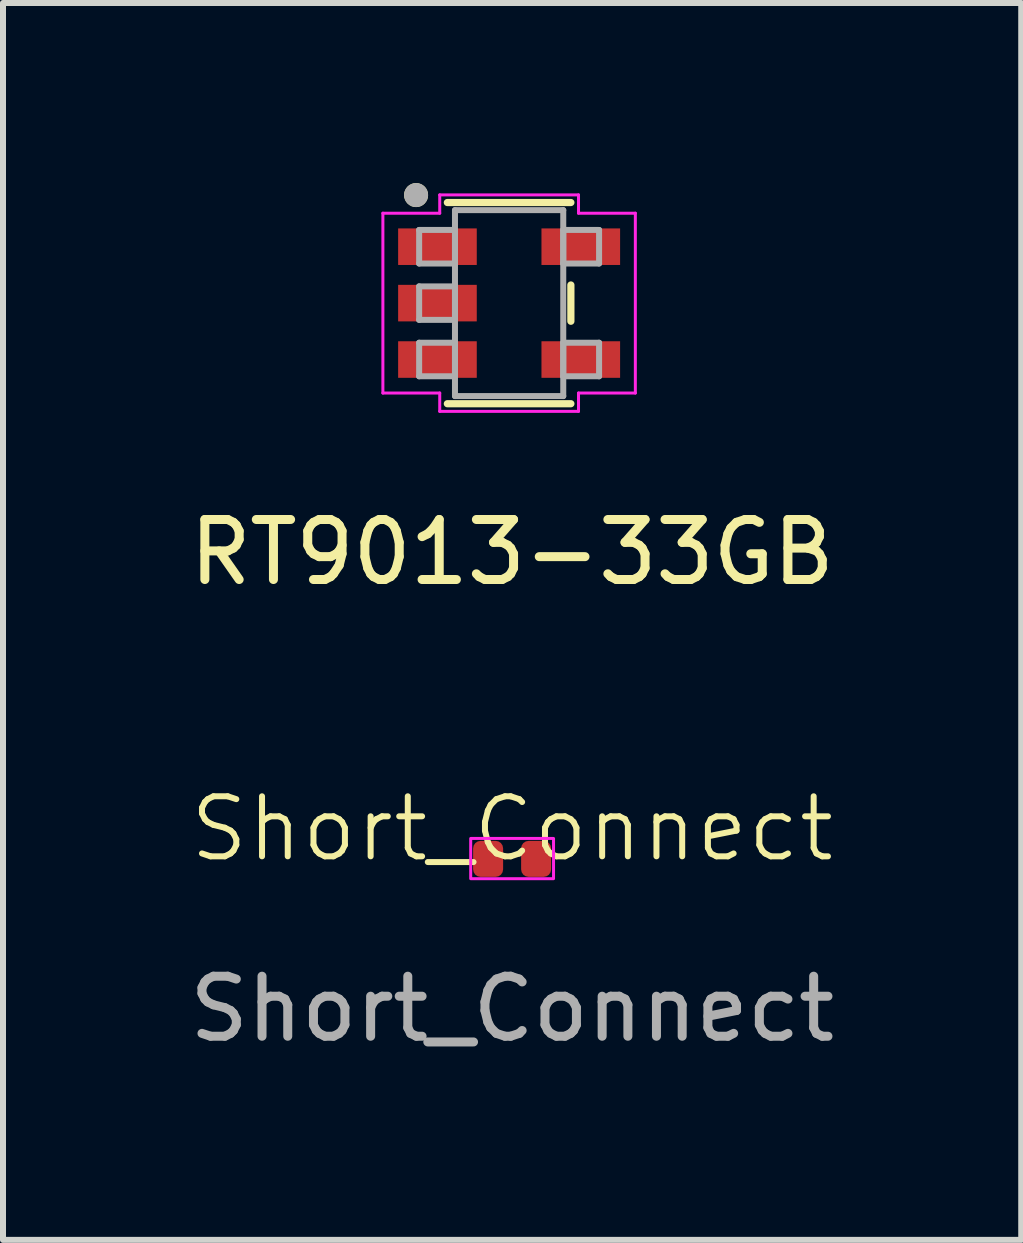
<source format=kicad_pcb>
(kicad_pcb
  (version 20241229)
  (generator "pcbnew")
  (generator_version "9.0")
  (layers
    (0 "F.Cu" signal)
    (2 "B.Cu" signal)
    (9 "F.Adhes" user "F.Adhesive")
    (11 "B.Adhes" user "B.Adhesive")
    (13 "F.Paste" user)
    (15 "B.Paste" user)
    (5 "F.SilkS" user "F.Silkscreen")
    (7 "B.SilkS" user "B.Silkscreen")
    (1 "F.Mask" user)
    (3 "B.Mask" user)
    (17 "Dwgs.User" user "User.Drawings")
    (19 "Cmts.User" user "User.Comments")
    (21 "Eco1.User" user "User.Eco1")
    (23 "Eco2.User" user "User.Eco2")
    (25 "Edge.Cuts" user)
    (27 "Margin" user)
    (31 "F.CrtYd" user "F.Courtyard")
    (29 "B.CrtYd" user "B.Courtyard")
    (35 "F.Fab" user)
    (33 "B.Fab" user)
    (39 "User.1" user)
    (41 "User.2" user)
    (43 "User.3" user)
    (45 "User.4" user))
  (footprint "Short_Connect"
    (layer "F.Cu")
    (at 5.482 11.259)
    (property "Reference" "Short_Connect" (at 0 -0.5 0) (unlocked yes) (layer "F.SilkS") (effects (font (size 1 1) (thickness 0.1))))
    (attr smd)
    (fp_rect (start -0.69 -0.34) (end 0.69 0.33) (stroke (width 0.05) (type default)) (fill no) (layer "F.CrtYd"))
    (fp_text user "${REFERENCE}" (at 0 2.5 0) (unlocked yes) (layer "F.Fab") (effects (font (size 1 1) (thickness 0.15))))
    (pad "1" smd roundrect (at -0.4 0) (size 0.5 0.6) (layers "F.Cu" "F.Mask" "F.Paste") (roundrect_rratio 0.25))
    (pad "2" smd roundrect (at 0.4 0) (size 0.5 0.6) (layers "F.Cu" "F.Mask" "F.Paste") (roundrect_rratio 0.25)))
  (footprint "RT9013-33GB"
    (layer "F.Cu")
    (at 5.432 2)
    (property "Reference" "RT9013-33GB" (at 0.05 4.15 0) (layer "F.SilkS") (effects (font (size 1 1) (thickness 0.15))))
    (attr smd)
    (fp_line (start -1.029 1.676) (end 1.029 1.676) (stroke (width 0.12) (type solid)) (layer "F.SilkS"))
    (fp_line (start 1.029 -1.676) (end -1.029 -1.676) (stroke (width 0.12) (type solid)) (layer "F.SilkS"))
    (fp_line (start 1.029 0.302) (end 1.029 -0.302) (stroke (width 0.12) (type solid)) (layer "F.SilkS"))
    (fp_circle (center -1.55 -1.8) (end -1.45 -1.8) (stroke (width 0.2) (type solid)) (fill no) (layer "F.SilkS"))
    (fp_line (start -2.103 -1.498) (end -1.156 -1.498) (stroke (width 0.05) (type solid)) (layer "F.CrtYd"))
    (fp_line (start -2.103 1.498) (end -2.103 -1.498) (stroke (width 0.05) (type solid)) (layer "F.CrtYd"))
    (fp_line (start -1.156 -1.803) (end 1.156 -1.803) (stroke (width 0.05) (type solid)) (layer "F.CrtYd"))
    (fp_line (start -1.156 -1.498) (end -1.156 -1.803) (stroke (width 0.05) (type solid)) (layer "F.CrtYd"))
    (fp_line (start -1.156 1.498) (end -2.103 1.498) (stroke (width 0.05) (type solid)) (layer "F.CrtYd"))
    (fp_line (start -1.156 1.803) (end -1.156 1.498) (stroke (width 0.05) (type solid)) (layer "F.CrtYd"))
    (fp_line (start 1.156 -1.803) (end 1.156 -1.498) (stroke (width 0.05) (type solid)) (layer "F.CrtYd"))
    (fp_line (start 1.156 1.498) (end 1.156 1.803) (stroke (width 0.05) (type solid)) (layer "F.CrtYd"))
    (fp_line (start 1.156 1.803) (end -1.156 1.803) (stroke (width 0.05) (type solid)) (layer "F.CrtYd"))
    (fp_line (start 2.103 -1.498) (end 1.156 -1.498) (stroke (width 0.05) (type solid)) (layer "F.CrtYd"))
    (fp_line (start 2.103 -1.498) (end 2.103 1.498) (stroke (width 0.05) (type solid)) (layer "F.CrtYd"))
    (fp_line (start 2.103 1.498) (end 1.156 1.498) (stroke (width 0.05) (type solid)) (layer "F.CrtYd"))
    (fp_line (start -1.499 -1.219) (end -1.499 -0.66) (stroke (width 0.1) (type solid)) (layer "F.Fab"))
    (fp_line (start -1.499 -0.66) (end -0.902 -0.66) (stroke (width 0.1) (type solid)) (layer "F.Fab"))
    (fp_line (start -1.499 -0.279) (end -1.499 0.279) (stroke (width 0.1) (type solid)) (layer "F.Fab"))
    (fp_line (start -1.499 0.279) (end -0.902 0.279) (stroke (width 0.1) (type solid)) (layer "F.Fab"))
    (fp_line (start -1.499 0.66) (end -1.499 1.219) (stroke (width 0.1) (type solid)) (layer "F.Fab"))
    (fp_line (start -1.499 1.219) (end -0.902 1.219) (stroke (width 0.1) (type solid)) (layer "F.Fab"))
    (fp_line (start -0.902 -1.549) (end -0.902 1.549) (stroke (width 0.1) (type solid)) (layer "F.Fab"))
    (fp_line (start -0.902 -1.219) (end -1.499 -1.219) (stroke (width 0.1) (type solid)) (layer "F.Fab"))
    (fp_line (start -0.902 -0.66) (end -0.902 -1.219) (stroke (width 0.1) (type solid)) (layer "F.Fab"))
    (fp_line (start -0.902 -0.279) (end -1.499 -0.279) (stroke (width 0.1) (type solid)) (layer "F.Fab"))
    (fp_line (start -0.902 0.279) (end -0.902 -0.279) (stroke (width 0.1) (type solid)) (layer "F.Fab"))
    (fp_line (start -0.902 0.66) (end -1.499 0.66) (stroke (width 0.1) (type solid)) (layer "F.Fab"))
    (fp_line (start -0.902 1.219) (end -0.902 0.66) (stroke (width 0.1) (type solid)) (layer "F.Fab"))
    (fp_line (start -0.902 1.549) (end 0.902 1.549) (stroke (width 0.1) (type solid)) (layer "F.Fab"))
    (fp_line (start 0.902 -1.549) (end -0.902 -1.549) (stroke (width 0.1) (type solid)) (layer "F.Fab"))
    (fp_line (start 0.902 -1.219) (end 0.902 -0.66) (stroke (width 0.1) (type solid)) (layer "F.Fab"))
    (fp_line (start 0.902 -0.66) (end 1.499 -0.66) (stroke (width 0.1) (type solid)) (layer "F.Fab"))
    (fp_line (start 0.902 0.66) (end 0.902 1.219) (stroke (width 0.1) (type solid)) (layer "F.Fab"))
    (fp_line (start 0.902 1.219) (end 1.499 1.219) (stroke (width 0.1) (type solid)) (layer "F.Fab"))
    (fp_line (start 0.902 1.549) (end 0.902 -1.549) (stroke (width 0.1) (type solid)) (layer "F.Fab"))
    (fp_line (start 1.499 -1.219) (end 0.902 -1.219) (stroke (width 0.1) (type solid)) (layer "F.Fab"))
    (fp_line (start 1.499 -0.66) (end 1.499 -1.219) (stroke (width 0.1) (type solid)) (layer "F.Fab"))
    (fp_line (start 1.499 0.66) (end 0.902 0.66) (stroke (width 0.1) (type solid)) (layer "F.Fab"))
    (fp_line (start 1.499 1.219) (end 1.499 0.66) (stroke (width 0.1) (type solid)) (layer "F.Fab"))
    (fp_circle (center -1.55 -1.8) (end -1.45 -1.8) (stroke (width 0.2) (type solid)) (fill no) (layer "F.Fab"))
    (pad "1" smd rect (at -1.194 -0.94) (size 1.31 0.609) (layers "F.Cu" "F.Mask" "F.Paste"))
    (pad "2" smd rect (at -1.194 0) (size 1.31 0.609) (layers "F.Cu" "F.Mask" "F.Paste"))
    (pad "3" smd rect (at -1.194 0.94) (size 1.31 0.609) (layers "F.Cu" "F.Mask" "F.Paste"))
    (pad "4" smd rect (at 1.194 0.94) (size 1.31 0.609) (layers "F.Cu" "F.Mask" "F.Paste"))
    (pad "5" smd rect (at 1.194 -0.94) (size 1.31 0.609) (layers "F.Cu" "F.Mask" "F.Paste")))
  (gr_rect
    (start -3 -3)
    (end 13.964 17.607)
    (stroke (width 0.1) (type default))
    (fill no)
    (layer "Edge.Cuts")))
</source>
